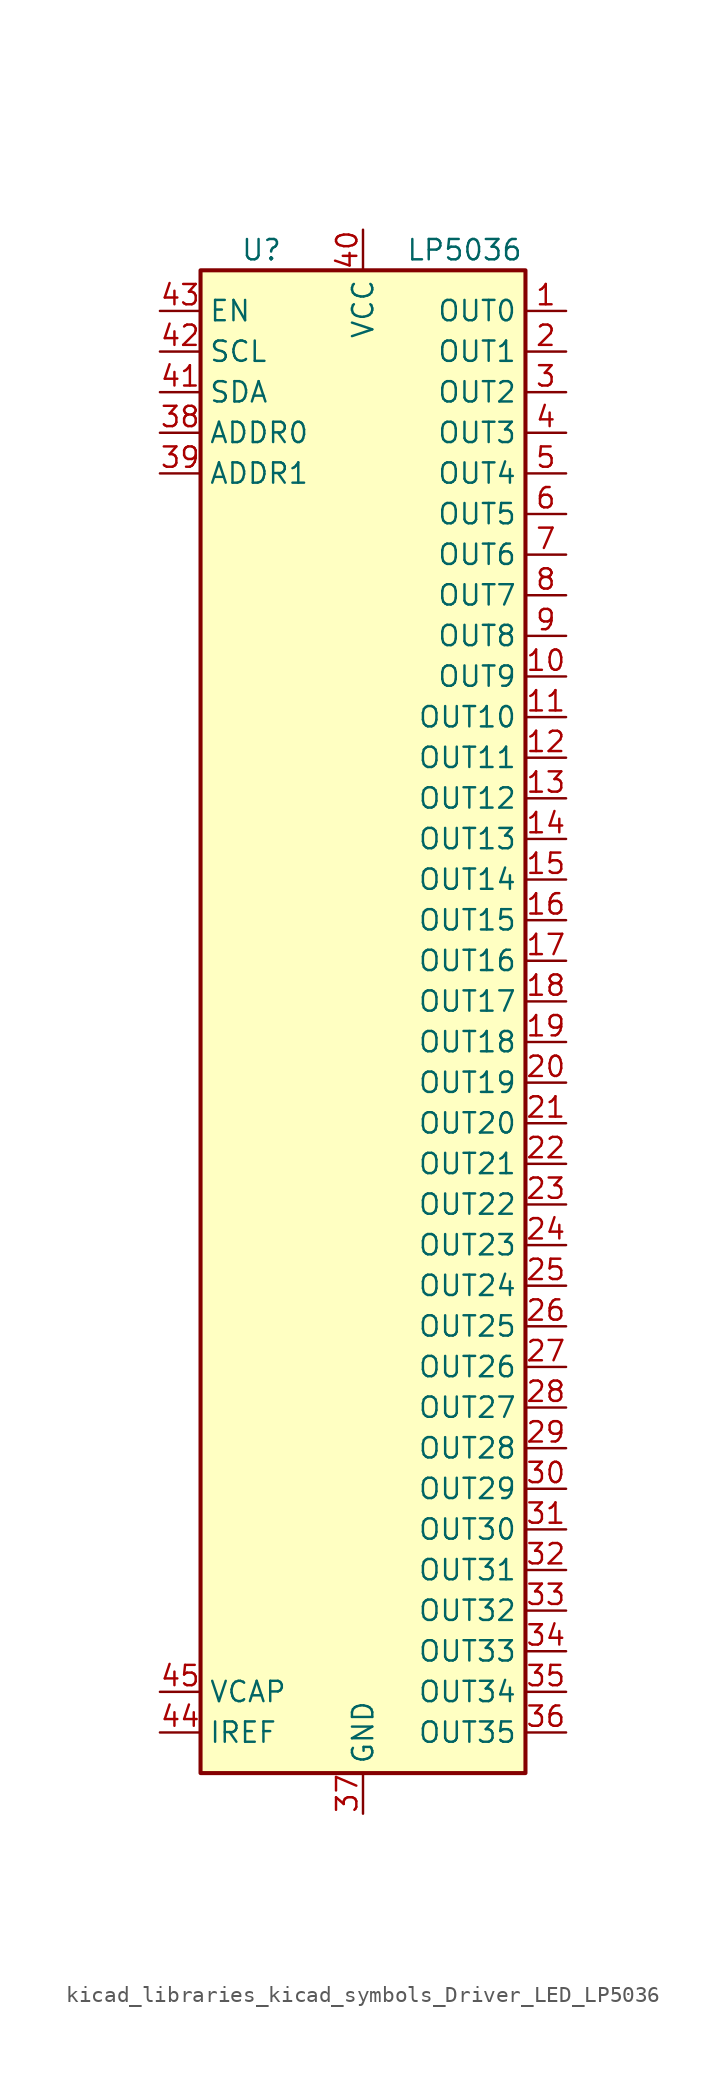
<source format=kicad_sym>
(kicad_symbol_lib
  (version 20220914)
  (generator kicad_symbol_editor)
  (symbol "kicad_libraries_kicad_symbols_Driver_LED_LP5036"
    (property "Reference" "U"
      (at -6.35 49.53 0)
      (effects (font (size 1.27 1.27))))
    (property "Value" "LP5036"
      (at 6.35 49.53 0)
      (effects (font (size 1.27 1.27))))
    (symbol "kicad_libraries_kicad_symbols_Driver_LED_LP5036_0_1"
      (rectangle (start -10.16 48.26) (end 10.16 -45.72) (stroke (width 0.254) (type default)) (fill (type background))))
    (symbol "kicad_libraries_kicad_symbols_Driver_LED_LP5036_1_1"
      (pin power_out line (at 12.7 45.72 180) (length 2.54) (name "OUT0" (effects (font (size 1.27 1.27)))) (number "1" (effects (font (size 1.27 1.27)))))
      (pin power_out line (at 12.7 22.86 180) (length 2.54) (name "OUT9" (effects (font (size 1.27 1.27)))) (number "10" (effects (font (size 1.27 1.27)))))
      (pin power_out line (at 12.7 20.32 180) (length 2.54) (name "OUT10" (effects (font (size 1.27 1.27)))) (number "11" (effects (font (size 1.27 1.27)))))
      (pin power_out line (at 12.7 17.78 180) (length 2.54) (name "OUT11" (effects (font (size 1.27 1.27)))) (number "12" (effects (font (size 1.27 1.27)))))
      (pin power_out line (at 12.7 15.24 180) (length 2.54) (name "OUT12" (effects (font (size 1.27 1.27)))) (number "13" (effects (font (size 1.27 1.27)))))
      (pin power_out line (at 12.7 12.7 180) (length 2.54) (name "OUT13" (effects (font (size 1.27 1.27)))) (number "14" (effects (font (size 1.27 1.27)))))
      (pin power_out line (at 12.7 10.16 180) (length 2.54) (name "OUT14" (effects (font (size 1.27 1.27)))) (number "15" (effects (font (size 1.27 1.27)))))
      (pin power_out line (at 12.7 7.62 180) (length 2.54) (name "OUT15" (effects (font (size 1.27 1.27)))) (number "16" (effects (font (size 1.27 1.27)))))
      (pin power_out line (at 12.7 5.08 180) (length 2.54) (name "OUT16" (effects (font (size 1.27 1.27)))) (number "17" (effects (font (size 1.27 1.27)))))
      (pin power_out line (at 12.7 2.54 180) (length 2.54) (name "OUT17" (effects (font (size 1.27 1.27)))) (number "18" (effects (font (size 1.27 1.27)))))
      (pin power_out line (at 12.7 0 180) (length 2.54) (name "OUT18" (effects (font (size 1.27 1.27)))) (number "19" (effects (font (size 1.27 1.27)))))
      (pin power_out line (at 12.7 43.18 180) (length 2.54) (name "OUT1" (effects (font (size 1.27 1.27)))) (number "2" (effects (font (size 1.27 1.27)))))
      (pin power_out line (at 12.7 -2.54 180) (length 2.54) (name "OUT19" (effects (font (size 1.27 1.27)))) (number "20" (effects (font (size 1.27 1.27)))))
      (pin power_out line (at 12.7 -5.08 180) (length 2.54) (name "OUT20" (effects (font (size 1.27 1.27)))) (number "21" (effects (font (size 1.27 1.27)))))
      (pin power_out line (at 12.7 -7.62 180) (length 2.54) (name "OUT21" (effects (font (size 1.27 1.27)))) (number "22" (effects (font (size 1.27 1.27)))))
      (pin power_out line (at 12.7 -10.16 180) (length 2.54) (name "OUT22" (effects (font (size 1.27 1.27)))) (number "23" (effects (font (size 1.27 1.27)))))
      (pin power_out line (at 12.7 -12.7 180) (length 2.54) (name "OUT23" (effects (font (size 1.27 1.27)))) (number "24" (effects (font (size 1.27 1.27)))))
      (pin power_out line (at 12.7 -15.24 180) (length 2.54) (name "OUT24" (effects (font (size 1.27 1.27)))) (number "25" (effects (font (size 1.27 1.27)))))
      (pin power_out line (at 12.7 -17.78 180) (length 2.54) (name "OUT25" (effects (font (size 1.27 1.27)))) (number "26" (effects (font (size 1.27 1.27)))))
      (pin power_out line (at 12.7 -20.32 180) (length 2.54) (name "OUT26" (effects (font (size 1.27 1.27)))) (number "27" (effects (font (size 1.27 1.27)))))
      (pin power_out line (at 12.7 -22.86 180) (length 2.54) (name "OUT27" (effects (font (size 1.27 1.27)))) (number "28" (effects (font (size 1.27 1.27)))))
      (pin power_out line (at 12.7 -25.4 180) (length 2.54) (name "OUT28" (effects (font (size 1.27 1.27)))) (number "29" (effects (font (size 1.27 1.27)))))
      (pin power_out line (at 12.7 40.64 180) (length 2.54) (name "OUT2" (effects (font (size 1.27 1.27)))) (number "3" (effects (font (size 1.27 1.27)))))
      (pin power_out line (at 12.7 -27.94 180) (length 2.54) (name "OUT29" (effects (font (size 1.27 1.27)))) (number "30" (effects (font (size 1.27 1.27)))))
      (pin power_out line (at 12.7 -30.48 180) (length 2.54) (name "OUT30" (effects (font (size 1.27 1.27)))) (number "31" (effects (font (size 1.27 1.27)))))
      (pin power_out line (at 12.7 -33.02 180) (length 2.54) (name "OUT31" (effects (font (size 1.27 1.27)))) (number "32" (effects (font (size 1.27 1.27)))))
      (pin power_out line (at 12.7 -35.56 180) (length 2.54) (name "OUT32" (effects (font (size 1.27 1.27)))) (number "33" (effects (font (size 1.27 1.27)))))
      (pin power_out line (at 12.7 -38.1 180) (length 2.54) (name "OUT33" (effects (font (size 1.27 1.27)))) (number "34" (effects (font (size 1.27 1.27)))))
      (pin power_out line (at 12.7 -40.64 180) (length 2.54) (name "OUT34" (effects (font (size 1.27 1.27)))) (number "35" (effects (font (size 1.27 1.27)))))
      (pin power_out line (at 12.7 -43.18 180) (length 2.54) (name "OUT35" (effects (font (size 1.27 1.27)))) (number "36" (effects (font (size 1.27 1.27)))))
      (pin power_in line (at 0 -48.26 90) (length 2.54) (name "GND" (effects (font (size 1.27 1.27)))) (number "37" (effects (font (size 1.27 1.27)))))
      (pin input line (at -12.7 38.1 0) (length 2.54) (name "ADDR0" (effects (font (size 1.27 1.27)))) (number "38" (effects (font (size 1.27 1.27)))))
      (pin input line (at -12.7 35.56 0) (length 2.54) (name "ADDR1" (effects (font (size 1.27 1.27)))) (number "39" (effects (font (size 1.27 1.27)))))
      (pin power_out line (at 12.7 38.1 180) (length 2.54) (name "OUT3" (effects (font (size 1.27 1.27)))) (number "4" (effects (font (size 1.27 1.27)))))
      (pin power_in line (at 0 50.8 270) (length 2.54) (name "VCC" (effects (font (size 1.27 1.27)))) (number "40" (effects (font (size 1.27 1.27)))))
      (pin bidirectional line (at -12.7 40.64 0) (length 2.54) (name "SDA" (effects (font (size 1.27 1.27)))) (number "41" (effects (font (size 1.27 1.27)))))
      (pin input line (at -12.7 43.18 0) (length 2.54) (name "SCL" (effects (font (size 1.27 1.27)))) (number "42" (effects (font (size 1.27 1.27)))))
      (pin input line (at -12.7 45.72 0) (length 2.54) (name "EN" (effects (font (size 1.27 1.27)))) (number "43" (effects (font (size 1.27 1.27)))))
      (pin passive line (at -12.7 -43.18 0) (length 2.54) (name "IREF" (effects (font (size 1.27 1.27)))) (number "44" (effects (font (size 1.27 1.27)))))
      (pin passive line (at -12.7 -40.64 0) (length 2.54) (name "VCAP" (effects (font (size 1.27 1.27)))) (number "45" (effects (font (size 1.27 1.27)))))
      (pin passive line (at 0 -48.26 90) (length 2.54) hide (name "GND" (effects (font (size 1.27 1.27)))) (number "46" (effects (font (size 1.27 1.27)))))
      (pin passive line (at 0 -48.26 90) (length 2.54) hide (name "GND" (effects (font (size 1.27 1.27)))) (number "47" (effects (font (size 1.27 1.27)))))
      (pin power_out line (at 12.7 35.56 180) (length 2.54) (name "OUT4" (effects (font (size 1.27 1.27)))) (number "5" (effects (font (size 1.27 1.27)))))
      (pin power_out line (at 12.7 33.02 180) (length 2.54) (name "OUT5" (effects (font (size 1.27 1.27)))) (number "6" (effects (font (size 1.27 1.27)))))
      (pin power_out line (at 12.7 30.48 180) (length 2.54) (name "OUT6" (effects (font (size 1.27 1.27)))) (number "7" (effects (font (size 1.27 1.27)))))
      (pin power_out line (at 12.7 27.94 180) (length 2.54) (name "OUT7" (effects (font (size 1.27 1.27)))) (number "8" (effects (font (size 1.27 1.27)))))
      (pin power_out line (at 12.7 25.4 180) (length 2.54) (name "OUT8" (effects (font (size 1.27 1.27)))) (number "9" (effects (font (size 1.27 1.27))))))))
</source>
